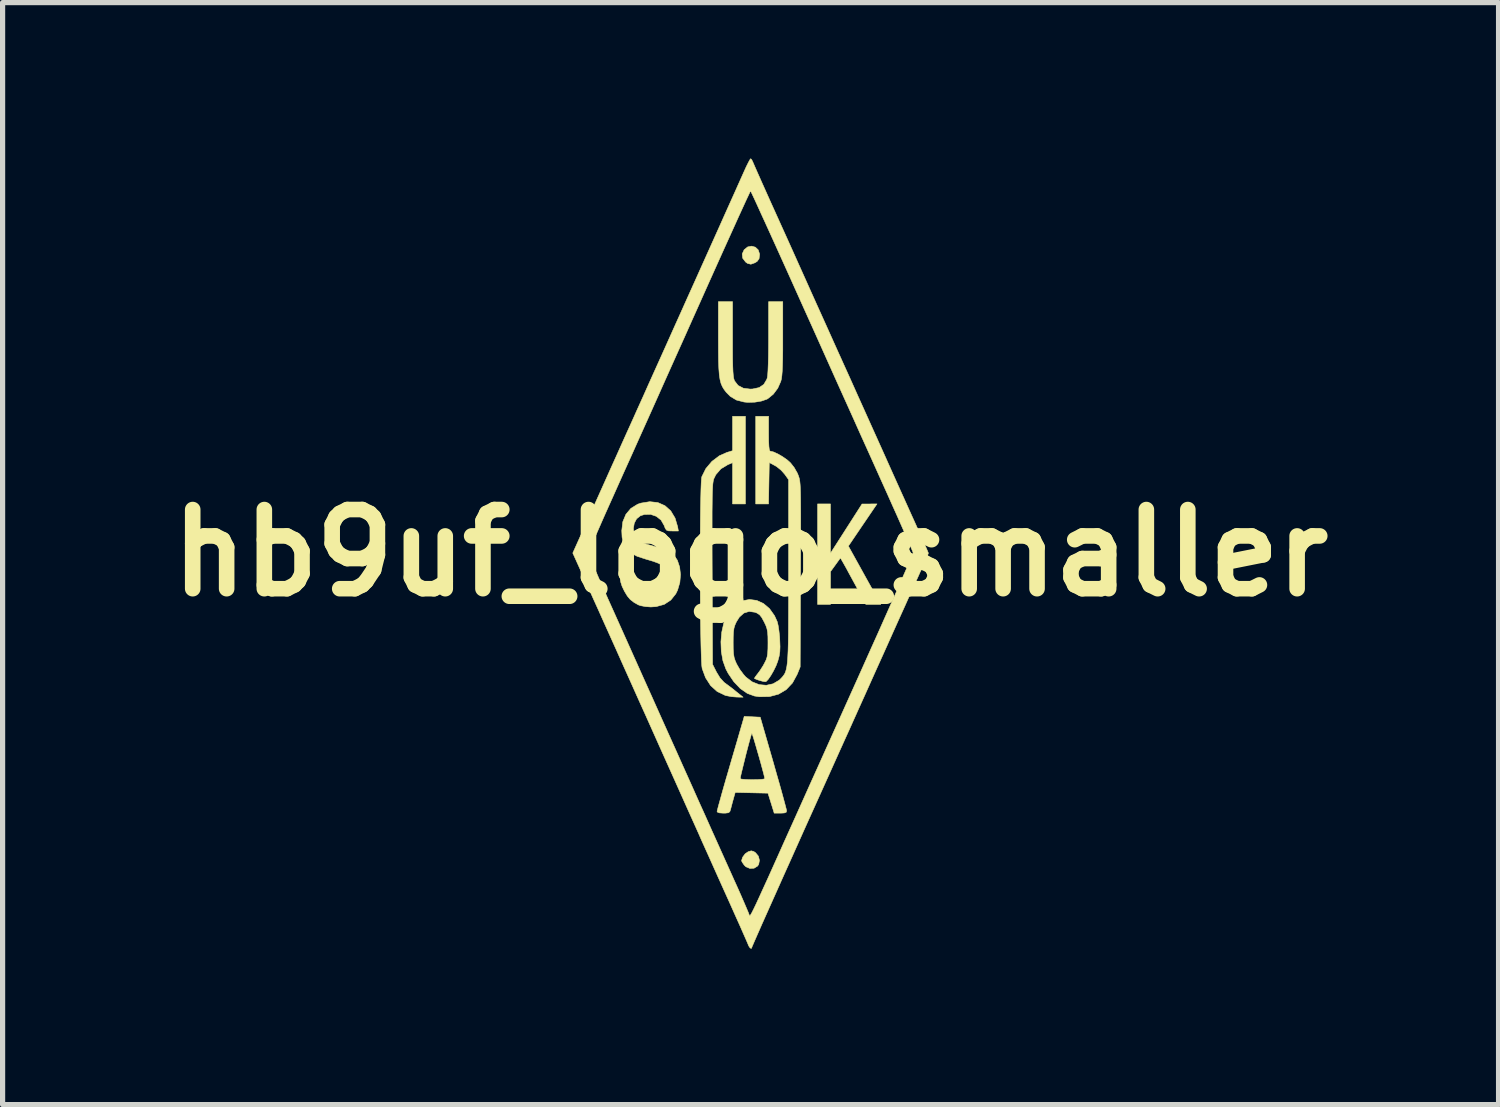
<source format=kicad_pcb>
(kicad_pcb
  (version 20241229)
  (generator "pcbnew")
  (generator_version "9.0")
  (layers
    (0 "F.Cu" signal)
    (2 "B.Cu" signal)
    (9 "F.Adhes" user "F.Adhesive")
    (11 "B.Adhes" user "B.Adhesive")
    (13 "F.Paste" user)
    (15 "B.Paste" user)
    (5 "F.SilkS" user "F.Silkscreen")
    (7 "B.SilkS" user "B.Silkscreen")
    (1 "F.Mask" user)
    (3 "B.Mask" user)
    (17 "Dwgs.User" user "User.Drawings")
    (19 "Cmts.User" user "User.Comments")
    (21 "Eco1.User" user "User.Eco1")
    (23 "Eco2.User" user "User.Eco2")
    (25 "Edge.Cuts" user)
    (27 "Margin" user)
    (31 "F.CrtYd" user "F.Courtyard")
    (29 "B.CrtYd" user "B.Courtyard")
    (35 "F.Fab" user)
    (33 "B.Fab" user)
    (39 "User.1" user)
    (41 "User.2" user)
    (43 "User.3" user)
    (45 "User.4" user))
  (footprint "hb9uf_logo_smaller"
    (layer "F.Cu")
    (at 11.401 7.595)
    (property "Reference" "hb9uf_logo_smaller" (at 0 0 0) (layer "F.SilkS") (effects (font (size 1.524 1.524) (thickness 0.3))))
    (attr through_hole)
    (fp_poly (pts (xy 0.092 -5.886) (xy 0.147 -5.834) (xy 0.173 -5.755) (xy 0.173 -5.74) (xy 0.163 -5.663) (xy 0.126 -5.612) (xy 0.082 -5.585) (xy 0.006 -5.558) (xy -0.059 -5.574) (xy -0.095 -5.6) (xy -0.152 -5.674) (xy -0.161 -5.756) (xy -0.124 -5.836) (xy -0.056 -5.891) (xy 0.02 -5.906) (xy 0.092 -5.886)) (stroke (width 0.01) (type solid)) (fill yes) (layer "F.SilkS"))
    (fp_poly (pts (xy 0.06 5.749) (xy 0.095 5.772) (xy 0.15 5.838) (xy 0.171 5.919) (xy 0.156 5.998) (xy 0.134 6.03) (xy 0.067 6.071) (xy -0.014 6.075) (xy -0.09 6.043) (xy -0.122 6.012) (xy -0.157 5.962) (xy -0.174 5.928) (xy -0.174 5.926) (xy -0.153 5.859) (xy -0.104 5.793) (xy -0.045 5.753) (xy 0.013 5.736) (xy 0.06 5.749)) (stroke (width 0.01) (type solid)) (fill yes) (layer "F.SilkS"))
    (fp_poly (pts (xy 1.538 0.007) (xy 1.842 -0.467) (xy 2.146 -0.942) (xy 2.29 -0.942) (xy 2.434 -0.943) (xy 2.158 -0.537) (xy 1.883 -0.131) (xy 2.122 0.3) (xy 2.201 0.443) (xy 2.277 0.58) (xy 2.345 0.701) (xy 2.398 0.798) (xy 2.433 0.862) (xy 2.434 0.862) (xy 2.506 0.992) (xy 2.22 0.992) (xy 2.036 0.651) (xy 1.967 0.524) (xy 1.901 0.403) (xy 1.845 0.299) (xy 1.803 0.224) (xy 1.791 0.203) (xy 1.73 0.096) (xy 1.635 0.228) (xy 1.539 0.36) (xy 1.538 0.992) (xy 1.29 0.992) (xy 1.29 -0.943) (xy 1.538 -0.943) (xy 1.538 0.007)) (stroke (width 0.01) (type solid)) (fill yes) (layer "F.SilkS"))
    (fp_poly (pts (xy -0.347 -4.115) (xy -0.347 -3.9) (xy -0.346 -3.728) (xy -0.343 -3.595) (xy -0.339 -3.494) (xy -0.333 -3.419) (xy -0.326 -3.366) (xy -0.315 -3.328) (xy -0.308 -3.311) (xy -0.241 -3.224) (xy -0.14 -3.171) (xy -0.008 -3.154) (xy 0.041 -3.156) (xy 0.166 -3.183) (xy 0.255 -3.244) (xy 0.312 -3.341) (xy 0.322 -3.372) (xy 0.329 -3.419) (xy 0.335 -3.51) (xy 0.34 -3.634) (xy 0.344 -3.787) (xy 0.346 -3.959) (xy 0.347 -4.144) (xy 0.347 -4.149) (xy 0.347 -4.837) (xy 0.62 -4.837) (xy 0.62 -4.134) (xy 0.62 -3.914) (xy 0.618 -3.738) (xy 0.614 -3.599) (xy 0.609 -3.491) (xy 0.602 -3.41) (xy 0.593 -3.347) (xy 0.582 -3.303) (xy 0.523 -3.17) (xy 0.436 -3.054) (xy 0.331 -2.969) (xy 0.315 -2.96) (xy 0.212 -2.924) (xy 0.082 -2.902) (xy -0.054 -2.898) (xy -0.126 -2.905) (xy -0.273 -2.943) (xy -0.391 -3.014) (xy -0.47 -3.094) (xy -0.51 -3.147) (xy -0.543 -3.201) (xy -0.569 -3.262) (xy -0.588 -3.336) (xy -0.602 -3.428) (xy -0.611 -3.546) (xy -0.617 -3.695) (xy -0.619 -3.881) (xy -0.62 -4.11) (xy -0.62 -4.134) (xy -0.62 -4.837) (xy -0.347 -4.837) (xy -0.347 -4.115)) (stroke (width 0.01) (type solid)) (fill yes) (layer "F.SilkS"))
    (fp_poly (pts (xy -0.099 -0.943) (xy -0.347 -0.943) (xy -0.347 -1.737) (xy -0.44 -1.698) (xy -0.572 -1.618) (xy -0.669 -1.506) (xy -0.707 -1.428) (xy -0.715 -1.404) (xy -0.721 -1.37) (xy -0.727 -1.325) (xy -0.731 -1.263) (xy -0.735 -1.182) (xy -0.738 -1.078) (xy -0.739 -0.947) (xy -0.741 -0.786) (xy -0.741 -0.592) (xy -0.741 -0.361) (xy -0.741 -0.088) (xy -0.74 0.228) (xy -0.739 0.409) (xy -0.732 2.146) (xy -0.657 2.294) (xy -0.589 2.406) (xy -0.514 2.489) (xy -0.494 2.505) (xy -0.426 2.555) (xy -0.34 2.62) (xy -0.275 2.673) (xy -0.144 2.778) (xy -0.264 2.776) (xy -0.365 2.768) (xy -0.466 2.749) (xy -0.491 2.742) (xy -0.643 2.669) (xy -0.769 2.555) (xy -0.867 2.403) (xy -0.932 2.227) (xy -0.939 2.177) (xy -0.945 2.083) (xy -0.95 1.95) (xy -0.955 1.782) (xy -0.959 1.586) (xy -0.963 1.366) (xy -0.966 1.126) (xy -0.968 0.873) (xy -0.969 0.61) (xy -0.97 0.342) (xy -0.97 0.076) (xy -0.969 -0.185) (xy -0.968 -0.435) (xy -0.966 -0.669) (xy -0.963 -0.883) (xy -0.959 -1.071) (xy -0.955 -1.229) (xy -0.95 -1.351) (xy -0.944 -1.433) (xy -0.939 -1.466) (xy -0.861 -1.623) (xy -0.745 -1.761) (xy -0.601 -1.87) (xy -0.452 -1.936) (xy -0.347 -1.967) (xy -0.347 -2.629) (xy -0.099 -2.629) (xy -0.099 -0.943)) (stroke (width 0.01) (type solid)) (fill yes) (layer "F.SilkS"))
    (fp_poly (pts (xy 0.186 3.163) (xy 0.44 4.043) (xy 0.497 4.245) (xy 0.551 4.433) (xy 0.598 4.601) (xy 0.637 4.744) (xy 0.667 4.856) (xy 0.687 4.933) (xy 0.694 4.967) (xy 0.694 4.967) (xy 0.685 4.994) (xy 0.65 5.007) (xy 0.578 5.011) (xy 0.575 5.011) (xy 0.455 5.011) (xy 0.395 4.818) (xy 0.335 4.626) (xy 0.02 4.619) (xy -0.296 4.612) (xy -0.333 4.743) (xy -0.357 4.831) (xy -0.378 4.911) (xy -0.386 4.942) (xy -0.4 4.983) (xy -0.427 5.003) (xy -0.481 5.01) (xy -0.524 5.011) (xy -0.604 5.005) (xy -0.641 4.989) (xy -0.645 4.977) (xy -0.638 4.946) (xy -0.619 4.873) (xy -0.589 4.765) (xy -0.551 4.627) (xy -0.505 4.465) (xy -0.471 4.347) (xy -0.199 4.347) (xy -0.176 4.355) (xy -0.114 4.361) (xy -0.024 4.365) (xy 0.037 4.366) (xy 0.139 4.364) (xy 0.218 4.359) (xy 0.265 4.352) (xy 0.273 4.347) (xy 0.267 4.314) (xy 0.25 4.244) (xy 0.224 4.148) (xy 0.193 4.033) (xy 0.158 3.909) (xy 0.122 3.785) (xy 0.089 3.67) (xy 0.06 3.574) (xy 0.038 3.506) (xy 0.025 3.474) (xy 0.024 3.473) (xy 0.015 3.495) (xy -0.003 3.557) (xy -0.028 3.648) (xy -0.058 3.76) (xy -0.09 3.883) (xy -0.121 4.008) (xy -0.15 4.126) (xy -0.175 4.228) (xy -0.192 4.303) (xy -0.199 4.344) (xy -0.199 4.347) (xy -0.471 4.347) (xy -0.453 4.286) (xy -0.425 4.19) (xy -0.369 3.997) (xy -0.315 3.813) (xy -0.266 3.646) (xy -0.224 3.501) (xy -0.191 3.387) (xy -0.169 3.31) (xy -0.163 3.292) (xy -0.122 3.148) (xy 0.186 3.163)) (stroke (width 0.01) (type solid)) (fill yes) (layer "F.SilkS"))
    (fp_poly (pts (xy -1.785 -0.969) (xy -1.649 -0.909) (xy -1.537 -0.809) (xy -1.454 -0.671) (xy -1.404 -0.502) (xy -1.39 -0.422) (xy -1.508 -0.422) (xy -1.58 -0.424) (xy -1.62 -0.439) (xy -1.645 -0.477) (xy -1.663 -0.526) (xy -1.723 -0.631) (xy -1.814 -0.704) (xy -1.925 -0.742) (xy -2.045 -0.739) (xy -2.121 -0.715) (xy -2.194 -0.657) (xy -2.239 -0.573) (xy -2.256 -0.474) (xy -2.247 -0.374) (xy -2.21 -0.285) (xy -2.147 -0.219) (xy -2.116 -0.203) (xy -2.059 -0.184) (xy -1.971 -0.158) (xy -1.869 -0.13) (xy -1.849 -0.124) (xy -1.745 -0.095) (xy -1.651 -0.064) (xy -1.584 -0.039) (xy -1.576 -0.036) (xy -1.481 0.036) (xy -1.41 0.141) (xy -1.366 0.272) (xy -1.349 0.418) (xy -1.362 0.569) (xy -1.405 0.716) (xy -1.44 0.788) (xy -1.536 0.908) (xy -1.662 0.991) (xy -1.817 1.034) (xy -1.921 1.041) (xy -2.02 1.034) (xy -2.112 1.017) (xy -2.158 1.002) (xy -2.238 0.958) (xy -2.312 0.901) (xy -2.316 0.898) (xy -2.373 0.83) (xy -2.428 0.739) (xy -2.474 0.643) (xy -2.501 0.559) (xy -2.505 0.527) (xy -2.5 0.494) (xy -2.477 0.477) (xy -2.423 0.472) (xy -2.381 0.471) (xy -2.308 0.473) (xy -2.271 0.484) (xy -2.258 0.508) (xy -2.257 0.53) (xy -2.234 0.613) (xy -2.172 0.689) (xy -2.083 0.749) (xy -1.976 0.786) (xy -1.902 0.794) (xy -1.792 0.771) (xy -1.699 0.71) (xy -1.633 0.621) (xy -1.598 0.513) (xy -1.603 0.396) (xy -1.609 0.374) (xy -1.633 0.312) (xy -1.669 0.263) (xy -1.726 0.222) (xy -1.81 0.185) (xy -1.931 0.145) (xy -2.014 0.121) (xy -2.183 0.066) (xy -2.307 0.003) (xy -2.394 -0.075) (xy -2.447 -0.174) (xy -2.474 -0.301) (xy -2.48 -0.429) (xy -2.46 -0.599) (xy -2.4 -0.743) (xy -2.304 -0.857) (xy -2.174 -0.937) (xy -2.113 -0.958) (xy -1.941 -0.986) (xy -1.785 -0.969)) (stroke (width 0.01) (type solid)) (fill yes) (layer "F.SilkS"))
    (fp_poly (pts (xy 0.347 -2.294) (xy 0.348 -2.151) (xy 0.353 -2.051) (xy 0.36 -1.991) (xy 0.371 -1.963) (xy 0.378 -1.959) (xy 0.44 -1.944) (xy 0.526 -1.905) (xy 0.619 -1.851) (xy 0.707 -1.789) (xy 0.766 -1.736) (xy 0.839 -1.644) (xy 0.901 -1.535) (xy 0.917 -1.496) (xy 0.927 -1.468) (xy 0.936 -1.44) (xy 0.943 -1.408) (xy 0.949 -1.368) (xy 0.954 -1.316) (xy 0.958 -1.249) (xy 0.961 -1.162) (xy 0.963 -1.054) (xy 0.964 -0.918) (xy 0.965 -0.753) (xy 0.965 -0.555) (xy 0.965 -0.319) (xy 0.964 -0.042) (xy 0.963 0.279) (xy 0.962 0.418) (xy 0.955 2.195) (xy 0.897 2.338) (xy 0.807 2.504) (xy 0.686 2.632) (xy 0.538 2.72) (xy 0.366 2.766) (xy 0.173 2.77) (xy 0.072 2.755) (xy -0.063 2.705) (xy -0.197 2.612) (xy -0.322 2.481) (xy -0.431 2.32) (xy -0.476 2.234) (xy -0.533 2.075) (xy -0.564 1.898) (xy -0.571 1.711) (xy -0.555 1.526) (xy -0.516 1.351) (xy -0.458 1.196) (xy -0.38 1.071) (xy -0.301 0.995) (xy -0.163 0.923) (xy -0.021 0.897) (xy 0.118 0.915) (xy 0.249 0.975) (xy 0.365 1.074) (xy 0.461 1.209) (xy 0.513 1.324) (xy 0.53 1.394) (xy 0.546 1.497) (xy 0.559 1.615) (xy 0.562 1.674) (xy 0.567 1.805) (xy 0.563 1.903) (xy 0.55 1.988) (xy 0.526 2.076) (xy 0.525 2.081) (xy 0.49 2.173) (xy 0.443 2.269) (xy 0.392 2.358) (xy 0.343 2.43) (xy 0.303 2.473) (xy 0.285 2.48) (xy 0.241 2.474) (xy 0.179 2.458) (xy 0.12 2.438) (xy 0.081 2.421) (xy 0.074 2.415) (xy 0.089 2.389) (xy 0.125 2.341) (xy 0.138 2.325) (xy 0.186 2.259) (xy 0.241 2.173) (xy 0.268 2.123) (xy 0.299 2.061) (xy 0.318 2.003) (xy 0.329 1.936) (xy 0.334 1.846) (xy 0.335 1.736) (xy 0.334 1.615) (xy 0.328 1.528) (xy 0.316 1.462) (xy 0.295 1.4) (xy 0.261 1.328) (xy 0.26 1.327) (xy 0.214 1.242) (xy 0.173 1.191) (xy 0.124 1.159) (xy 0.085 1.143) (xy -0.028 1.127) (xy -0.128 1.158) (xy -0.216 1.236) (xy -0.273 1.327) (xy -0.301 1.389) (xy -0.319 1.448) (xy -0.329 1.518) (xy -0.334 1.612) (xy -0.335 1.724) (xy -0.334 1.85) (xy -0.328 1.941) (xy -0.317 2.011) (xy -0.297 2.074) (xy -0.269 2.138) (xy -0.211 2.239) (xy -0.136 2.34) (xy -0.092 2.39) (xy 0.031 2.483) (xy 0.165 2.536) (xy 0.303 2.549) (xy 0.434 2.52) (xy 0.552 2.45) (xy 0.585 2.418) (xy 0.612 2.389) (xy 0.635 2.36) (xy 0.656 2.329) (xy 0.673 2.291) (xy 0.687 2.243) (xy 0.699 2.182) (xy 0.709 2.104) (xy 0.716 2.005) (xy 0.722 1.882) (xy 0.726 1.732) (xy 0.729 1.55) (xy 0.73 1.334) (xy 0.731 1.08) (xy 0.732 0.785) (xy 0.732 0.444) (xy 0.732 -1.41) (xy 0.657 -1.515) (xy 0.588 -1.592) (xy 0.503 -1.661) (xy 0.471 -1.68) (xy 0.36 -1.739) (xy 0.353 -1.341) (xy 0.346 -0.943) (xy 0.099 -0.943) (xy 0.099 -2.629) (xy 0.347 -2.629) (xy 0.347 -2.294)) (stroke (width 0.01) (type solid)) (fill yes) (layer "F.SilkS"))
    (fp_poly (pts (xy 0.022 -7.57) (xy 0.045 -7.522) (xy 0.062 -7.483) (xy 0.096 -7.405) (xy 0.145 -7.294) (xy 0.206 -7.156) (xy 0.277 -6.998) (xy 0.354 -6.826) (xy 0.384 -6.759) (xy 0.475 -6.558) (xy 0.58 -6.325) (xy 0.695 -6.071) (xy 0.813 -5.809) (xy 0.928 -5.552) (xy 1.036 -5.312) (xy 1.071 -5.234) (xy 1.172 -5.008) (xy 1.281 -4.766) (xy 1.393 -4.518) (xy 1.502 -4.276) (xy 1.603 -4.051) (xy 1.691 -3.855) (xy 1.724 -3.783) (xy 1.79 -3.636) (xy 1.874 -3.451) (xy 1.971 -3.235) (xy 2.078 -2.996) (xy 2.193 -2.741) (xy 2.312 -2.476) (xy 2.432 -2.21) (xy 2.549 -1.95) (xy 2.567 -1.91) (xy 2.677 -1.664) (xy 2.786 -1.421) (xy 2.891 -1.188) (xy 2.989 -0.971) (xy 3.078 -0.773) (xy 3.155 -0.603) (xy 3.218 -0.463) (xy 3.263 -0.362) (xy 3.276 -0.333) (xy 3.329 -0.217) (xy 3.373 -0.116) (xy 3.405 -0.041) (xy 3.422 0.001) (xy 3.423 0.007) (xy 3.413 0.034) (xy 3.387 0.097) (xy 3.348 0.187) (xy 3.301 0.29) (xy 3.268 0.362) (xy 3.218 0.474) (xy 3.151 0.621) (xy 3.071 0.798) (xy 2.98 1.002) (xy 2.879 1.225) (xy 2.771 1.465) (xy 2.659 1.715) (xy 2.555 1.947) (xy 2.436 2.21) (xy 2.318 2.473) (xy 2.203 2.73) (xy 2.093 2.974) (xy 1.991 3.201) (xy 1.9 3.404) (xy 1.821 3.578) (xy 1.759 3.716) (xy 1.723 3.795) (xy 1.554 4.171) (xy 1.387 4.542) (xy 1.224 4.904) (xy 1.066 5.254) (xy 0.915 5.591) (xy 0.772 5.911) (xy 0.637 6.211) (xy 0.513 6.489) (xy 0.4 6.742) (xy 0.299 6.968) (xy 0.212 7.163) (xy 0.141 7.325) (xy 0.085 7.452) (xy 0.047 7.54) (xy 0.027 7.586) (xy 0.025 7.594) (xy 0.014 7.617) (xy -0.01 7.605) (xy -0.037 7.565) (xy -0.044 7.547) (xy -0.06 7.508) (xy -0.094 7.43) (xy -0.143 7.319) (xy -0.204 7.18) (xy -0.276 7.02) (xy -0.355 6.843) (xy -0.409 6.722) (xy -0.503 6.514) (xy -0.601 6.296) (xy -0.698 6.08) (xy -0.79 5.874) (xy -0.873 5.69) (xy -0.941 5.539) (xy -0.955 5.507) (xy -1.001 5.402) (xy -1.066 5.257) (xy -1.148 5.075) (xy -1.244 4.861) (xy -1.352 4.619) (xy -1.471 4.353) (xy -1.599 4.068) (xy -1.734 3.767) (xy -1.873 3.456) (xy -2.015 3.138) (xy -2.159 2.819) (xy -2.301 2.501) (xy -2.441 2.19) (xy -2.575 1.889) (xy -2.703 1.604) (xy -2.823 1.338) (xy -2.931 1.096) (xy -3.028 0.882) (xy -3.109 0.7) (xy -3.174 0.555) (xy -3.214 0.466) (xy -3.421 0.007) (xy -3.125 0.007) (xy -3.116 0.035) (xy -3.087 0.104) (xy -3.043 0.209) (xy -2.984 0.345) (xy -2.913 0.508) (xy -2.831 0.692) (xy -2.742 0.894) (xy -2.664 1.067) (xy -2.553 1.314) (xy -2.435 1.577) (xy -2.315 1.845) (xy -2.196 2.11) (xy -2.084 2.361) (xy -1.982 2.588) (xy -1.895 2.781) (xy -1.88 2.815) (xy -1.713 3.188) (xy -1.564 3.52) (xy -1.432 3.813) (xy -1.316 4.073) (xy -1.213 4.302) (xy -1.122 4.505) (xy -1.042 4.685) (xy -0.97 4.846) (xy -0.904 4.991) (xy -0.844 5.125) (xy -0.812 5.197) (xy -0.746 5.345) (xy -0.664 5.527) (xy -0.573 5.73) (xy -0.478 5.941) (xy -0.384 6.15) (xy -0.319 6.295) (xy -0.243 6.463) (xy -0.175 6.617) (xy -0.117 6.751) (xy -0.071 6.859) (xy -0.039 6.935) (xy -0.025 6.973) (xy -0.025 6.976) (xy -0.022 6.99) (xy -0.014 6.988) (xy 0.001 6.967) (xy 0.026 6.924) (xy 0.061 6.854) (xy 0.108 6.756) (xy 0.168 6.626) (xy 0.243 6.461) (xy 0.336 6.258) (xy 0.446 6.013) (xy 0.473 5.953) (xy 0.547 5.788) (xy 0.639 5.582) (xy 0.748 5.34) (xy 0.871 5.067) (xy 1.005 4.768) (xy 1.149 4.447) (xy 1.301 4.11) (xy 1.458 3.76) (xy 1.619 3.402) (xy 1.781 3.042) (xy 1.942 2.684) (xy 2.028 2.493) (xy 2.176 2.163) (xy 2.318 1.845) (xy 2.454 1.543) (xy 2.58 1.259) (xy 2.697 0.996) (xy 2.803 0.758) (xy 2.896 0.546) (xy 2.975 0.365) (xy 3.04 0.217) (xy 3.088 0.105) (xy 3.118 0.032) (xy 3.13 0.001) (xy 3.13 0) (xy 3.12 -0.029) (xy 3.091 -0.099) (xy 3.045 -0.206) (xy 2.985 -0.344) (xy 2.911 -0.511) (xy 2.827 -0.702) (xy 2.733 -0.911) (xy 2.633 -1.136) (xy 2.586 -1.24) (xy 2.494 -1.444) (xy 2.385 -1.687) (xy 2.26 -1.965) (xy 2.122 -2.27) (xy 1.975 -2.599) (xy 1.819 -2.945) (xy 1.658 -3.302) (xy 1.495 -3.666) (xy 1.332 -4.03) (xy 1.171 -4.389) (xy 1.028 -4.706) (xy 0.886 -5.022) (xy 0.75 -5.325) (xy 0.621 -5.611) (xy 0.5 -5.879) (xy 0.389 -6.124) (xy 0.289 -6.344) (xy 0.201 -6.536) (xy 0.128 -6.697) (xy 0.07 -6.823) (xy 0.028 -6.912) (xy 0.005 -6.96) (xy 0 -6.969) (xy -0.012 -6.947) (xy -0.042 -6.883) (xy -0.09 -6.781) (xy -0.153 -6.643) (xy -0.23 -6.475) (xy -0.319 -6.278) (xy -0.419 -6.057) (xy -0.529 -5.814) (xy -0.646 -5.554) (xy -0.769 -5.28) (xy -0.793 -5.227) (xy -0.97 -4.831) (xy -1.13 -4.474) (xy -1.275 -4.149) (xy -1.41 -3.849) (xy -1.536 -3.568) (xy -1.657 -3.298) (xy -1.775 -3.033) (xy -1.894 -2.767) (xy -2.017 -2.493) (xy -2.147 -2.204) (xy -2.286 -1.893) (xy -2.439 -1.554) (xy -2.606 -1.181) (xy -2.638 -1.109) (xy -2.736 -0.891) (xy -2.827 -0.687) (xy -2.909 -0.5) (xy -2.981 -0.336) (xy -3.041 -0.198) (xy -3.086 -0.092) (xy -3.115 -0.022) (xy -3.125 0.007) (xy -3.125 0.007) (xy -3.421 0.007) (xy -3.423 0.003) (xy -2.913 -1.133) (xy -2.804 -1.376) (xy -2.695 -1.62) (xy -2.587 -1.859) (xy -2.485 -2.087) (xy -2.391 -2.296) (xy -2.308 -2.479) (xy -2.24 -2.63) (xy -2.196 -2.729) (xy -2.129 -2.877) (xy -2.048 -3.057) (xy -1.955 -3.266) (xy -1.85 -3.499) (xy -1.736 -3.752) (xy -1.615 -4.021) (xy -1.489 -4.303) (xy -1.358 -4.594) (xy -1.226 -4.889) (xy -1.093 -5.184) (xy -0.962 -5.476) (xy -0.834 -5.761) (xy -0.711 -6.035) (xy -0.595 -6.293) (xy -0.488 -6.533) (xy -0.391 -6.749) (xy -0.306 -6.938) (xy -0.235 -7.097) (xy -0.18 -7.22) (xy -0.142 -7.305) (xy -0.128 -7.336) (xy -0.082 -7.438) (xy -0.041 -7.52) (xy -0.011 -7.574) (xy 0.002 -7.59) (xy 0.022 -7.57)) (stroke (width 0.01) (type solid)) (fill yes) (layer "F.SilkS")))
  (gr_rect
    (start -3 -3)
    (end 25.802 18.217)
    (stroke (width 0.1) (type default))
    (fill no)
    (layer "Edge.Cuts")))
</source>
